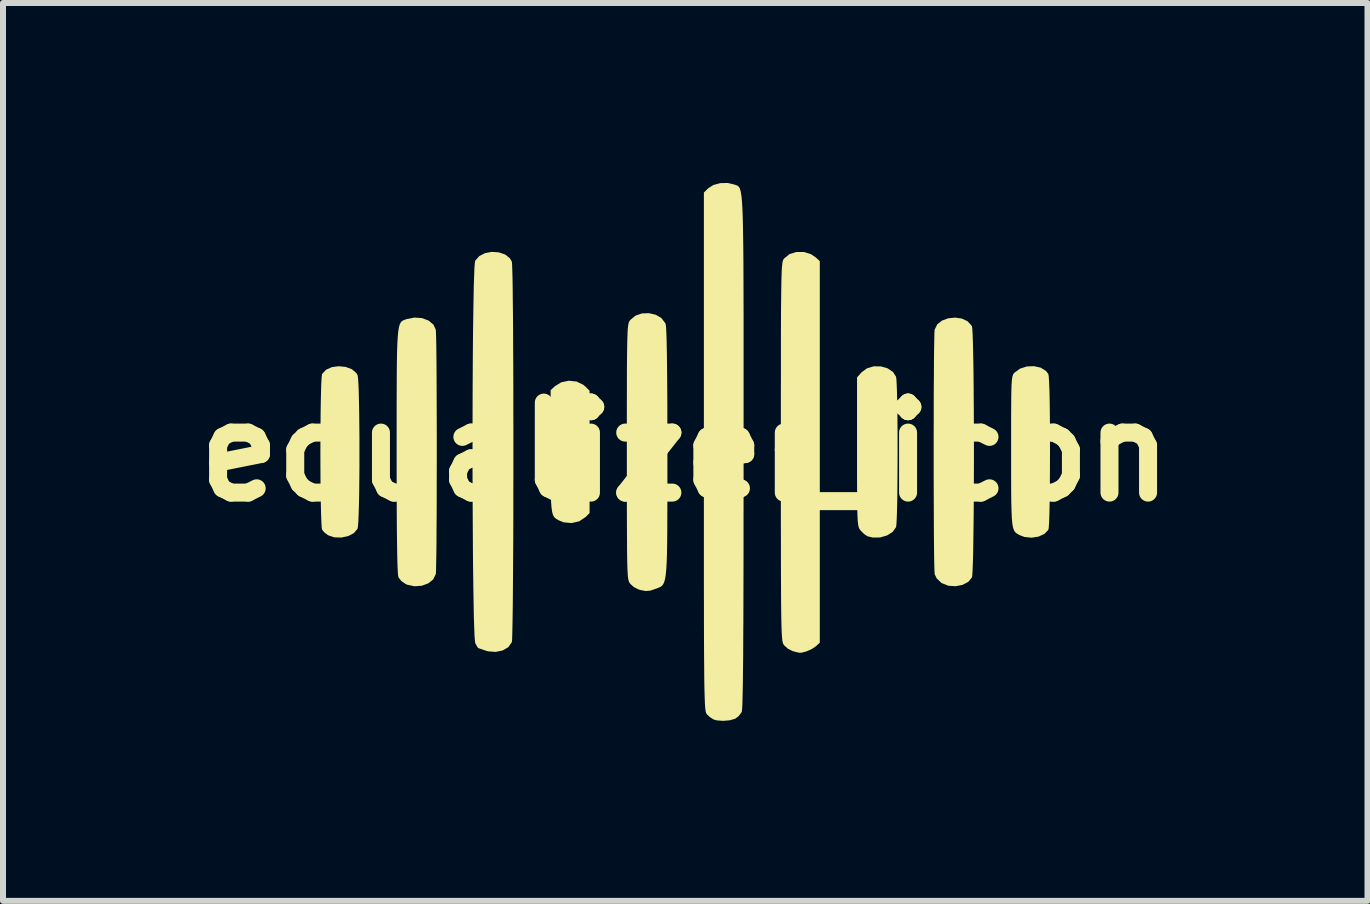
<source format=kicad_pcb>
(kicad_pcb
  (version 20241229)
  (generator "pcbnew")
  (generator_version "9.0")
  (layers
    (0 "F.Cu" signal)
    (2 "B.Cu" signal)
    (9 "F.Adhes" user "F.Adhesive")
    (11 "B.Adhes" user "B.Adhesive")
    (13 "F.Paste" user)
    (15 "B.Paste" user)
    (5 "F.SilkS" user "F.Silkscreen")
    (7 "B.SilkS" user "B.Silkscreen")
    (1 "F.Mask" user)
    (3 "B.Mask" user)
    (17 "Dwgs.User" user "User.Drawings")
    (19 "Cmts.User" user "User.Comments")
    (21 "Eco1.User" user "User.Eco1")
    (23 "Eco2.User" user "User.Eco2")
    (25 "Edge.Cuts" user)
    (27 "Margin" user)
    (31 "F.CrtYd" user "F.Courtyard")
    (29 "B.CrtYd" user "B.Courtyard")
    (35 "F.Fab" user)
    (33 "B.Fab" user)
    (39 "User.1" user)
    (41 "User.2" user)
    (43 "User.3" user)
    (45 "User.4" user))
  (footprint "equalizer_icon"
    (layer "F.Cu")
    (at 8.371 4.482)
    (property "Reference" "equalizer_icon" (at 0 0 0) (layer "F.SilkS") (effects (font (size 1.5 1.5) (thickness 0.3))))
    (attr board_only exclude_from_pos_files exclude_from_bom)
    (fp_poly (pts (xy -1.813 -1.173) (xy -1.701 -1.12) (xy -1.665 -1.09) (xy -1.594 -1.019) (xy -1.594 0) (xy -1.594 1.019) (xy -1.662 1.087) (xy -1.767 1.157) (xy -1.894 1.186) (xy -2.025 1.174) (xy -2.094 1.147) (xy -2.131 1.128) (xy -2.162 1.108) (xy -2.186 1.084) (xy -2.205 1.048) (xy -2.219 0.996) (xy -2.229 0.923) (xy -2.236 0.824) (xy -2.24 0.693) (xy -2.242 0.524) (xy -2.243 0.313) (xy -2.243 0.055) (xy -2.243 -0.006) (xy -2.243 -1.029) (xy -2.172 -1.095) (xy -2.066 -1.16) (xy -1.941 -1.186)) (stroke (width 0) (type solid)) (fill yes) (layer "F.SilkS"))
    (fp_poly (pts (xy 3.26 -1.425) (xy 3.371 -1.394) (xy 3.461 -1.334) (xy 3.513 -1.255) (xy 3.52 -1.211) (xy 3.525 -1.118) (xy 3.53 -0.98) (xy 3.534 -0.8) (xy 3.537 -0.584) (xy 3.539 -0.336) (xy 3.54 -0.06) (xy 3.54 0) (xy 3.539 0.281) (xy 3.537 0.536) (xy 3.535 0.759) (xy 3.531 0.946) (xy 3.526 1.093) (xy 3.521 1.196) (xy 3.515 1.25) (xy 3.513 1.255) (xy 3.457 1.334) (xy 3.363 1.393) (xy 3.248 1.426) (xy 3.127 1.428) (xy 3.037 1.406) (xy 2.98 1.368) (xy 2.923 1.31) (xy 2.922 1.309) (xy 2.908 1.291) (xy 2.897 1.27) (xy 2.888 1.242) (xy 2.881 1.202) (xy 2.875 1.146) (xy 2.871 1.067) (xy 2.868 0.961) (xy 2.866 0.824) (xy 2.865 0.651) (xy 2.864 0.435) (xy 2.864 0.174) (xy 2.864 -0.003) (xy 2.864 -1.242) (xy 2.941 -1.328) (xy 3.031 -1.394) (xy 3.142 -1.426)) (stroke (width 0) (type solid)) (fill yes) (layer "F.SilkS"))
    (fp_poly (pts (xy -5.659 -1.416) (xy -5.556 -1.378) (xy -5.481 -1.313) (xy -5.462 -1.281) (xy -5.454 -1.237) (xy -5.448 -1.146) (xy -5.442 -1.015) (xy -5.438 -0.849) (xy -5.434 -0.658) (xy -5.432 -0.445) (xy -5.43 -0.22) (xy -5.43 0.012) (xy -5.43 0.243) (xy -5.432 0.467) (xy -5.434 0.678) (xy -5.438 0.867) (xy -5.443 1.029) (xy -5.448 1.157) (xy -5.455 1.244) (xy -5.462 1.281) (xy -5.522 1.353) (xy -5.617 1.403) (xy -5.732 1.428) (xy -5.85 1.424) (xy -5.951 1.39) (xy -6.013 1.344) (xy -6.052 1.298) (xy -6.059 1.259) (xy -6.064 1.173) (xy -6.069 1.046) (xy -6.073 0.884) (xy -6.076 0.696) (xy -6.079 0.486) (xy -6.08 0.262) (xy -6.081 0.031) (xy -6.08 -0.201) (xy -6.079 -0.427) (xy -6.077 -0.641) (xy -6.074 -0.836) (xy -6.07 -1.006) (xy -6.066 -1.143) (xy -6.06 -1.241) (xy -6.054 -1.293) (xy -6.052 -1.299) (xy -5.986 -1.37) (xy -5.889 -1.413) (xy -5.775 -1.428)) (stroke (width 0) (type solid)) (fill yes) (layer "F.SilkS"))
    (fp_poly (pts (xy 5.925 -1.404) (xy 6.014 -1.348) (xy 6.052 -1.299) (xy 6.059 -1.257) (xy 6.065 -1.163) (xy 6.071 -1.019) (xy 6.075 -0.825) (xy 6.078 -0.583) (xy 6.079 -0.296) (xy 6.08 0) (xy 6.079 0.328) (xy 6.077 0.611) (xy 6.074 0.847) (xy 6.07 1.036) (xy 6.065 1.176) (xy 6.059 1.264) (xy 6.052 1.299) (xy 5.987 1.367) (xy 5.889 1.412) (xy 5.773 1.43) (xy 5.655 1.418) (xy 5.582 1.391) (xy 5.548 1.373) (xy 5.52 1.356) (xy 5.496 1.334) (xy 5.478 1.303) (xy 5.463 1.258) (xy 5.452 1.194) (xy 5.444 1.107) (xy 5.439 0.993) (xy 5.435 0.845) (xy 5.433 0.66) (xy 5.432 0.432) (xy 5.432 0.158) (xy 5.432 -0.002) (xy 5.432 -0.295) (xy 5.432 -0.539) (xy 5.433 -0.739) (xy 5.434 -0.898) (xy 5.436 -1.024) (xy 5.439 -1.119) (xy 5.444 -1.188) (xy 5.45 -1.238) (xy 5.458 -1.271) (xy 5.467 -1.294) (xy 5.479 -1.311) (xy 5.488 -1.321) (xy 5.581 -1.388) (xy 5.694 -1.424) (xy 5.813 -1.429)) (stroke (width 0) (type solid)) (fill yes) (layer "F.SilkS"))
    (fp_poly (pts (xy 2.095 -3.296) (xy 2.179 -3.239) (xy 2.243 -3.179) (xy 2.243 0) (xy 2.243 3.179) (xy 2.18 3.238) (xy 2.111 3.285) (xy 2.021 3.325) (xy 1.937 3.347) (xy 1.905 3.348) (xy 1.862 3.339) (xy 1.795 3.322) (xy 1.792 3.321) (xy 1.712 3.281) (xy 1.65 3.225) (xy 1.642 3.214) (xy 1.634 3.201) (xy 1.627 3.182) (xy 1.621 3.157) (xy 1.616 3.12) (xy 1.612 3.07) (xy 1.608 3.003) (xy 1.605 2.916) (xy 1.602 2.807) (xy 1.6 2.672) (xy 1.598 2.509) (xy 1.597 2.315) (xy 1.596 2.086) (xy 1.595 1.82) (xy 1.595 1.513) (xy 1.594 1.163) (xy 1.594 0.767) (xy 1.594 0.322) (xy 1.594 0) (xy 1.594 -0.479) (xy 1.594 -0.907) (xy 1.595 -1.287) (xy 1.595 -1.622) (xy 1.595 -1.914) (xy 1.596 -2.168) (xy 1.597 -2.385) (xy 1.599 -2.568) (xy 1.601 -2.721) (xy 1.603 -2.847) (xy 1.606 -2.948) (xy 1.609 -3.028) (xy 1.613 -3.089) (xy 1.618 -3.134) (xy 1.623 -3.167) (xy 1.629 -3.189) (xy 1.636 -3.205) (xy 1.644 -3.218) (xy 1.65 -3.225) (xy 1.738 -3.296) (xy 1.851 -3.332) (xy 1.976 -3.332)) (stroke (width 0) (type solid)) (fill yes) (layer "F.SilkS"))
    (fp_poly (pts (xy 4.608 -2.223) (xy 4.704 -2.179) (xy 4.771 -2.107) (xy 4.779 -2.092) (xy 4.785 -2.052) (xy 4.79 -1.963) (xy 4.795 -1.83) (xy 4.799 -1.659) (xy 4.803 -1.455) (xy 4.806 -1.223) (xy 4.808 -0.968) (xy 4.81 -0.695) (xy 4.811 -0.41) (xy 4.812 -0.117) (xy 4.812 0.177) (xy 4.811 0.469) (xy 4.81 0.752) (xy 4.808 1.021) (xy 4.805 1.272) (xy 4.802 1.499) (xy 4.799 1.697) (xy 4.794 1.86) (xy 4.789 1.985) (xy 4.784 2.064) (xy 4.779 2.092) (xy 4.717 2.167) (xy 4.621 2.217) (xy 4.506 2.239) (xy 4.387 2.231) (xy 4.278 2.188) (xy 4.267 2.181) (xy 4.192 2.11) (xy 4.158 2.039) (xy 4.155 1.998) (xy 4.152 1.907) (xy 4.149 1.774) (xy 4.147 1.602) (xy 4.145 1.397) (xy 4.144 1.165) (xy 4.143 0.91) (xy 4.142 0.638) (xy 4.141 0.355) (xy 4.141 0.065) (xy 4.141 -0.226) (xy 4.142 -0.513) (xy 4.142 -0.791) (xy 4.143 -1.054) (xy 4.145 -1.297) (xy 4.146 -1.515) (xy 4.148 -1.702) (xy 4.151 -1.853) (xy 4.153 -1.963) (xy 4.156 -2.027) (xy 4.158 -2.039) (xy 4.201 -2.126) (xy 4.281 -2.189) (xy 4.384 -2.227) (xy 4.497 -2.238)) (stroke (width 0) (type solid)) (fill yes) (layer "F.SilkS"))
    (fp_poly (pts (xy -4.387 -2.23) (xy -4.278 -2.189) (xy -4.197 -2.122) (xy -4.158 -2.039) (xy -4.155 -1.998) (xy -4.152 -1.907) (xy -4.149 -1.774) (xy -4.147 -1.602) (xy -4.145 -1.397) (xy -4.144 -1.165) (xy -4.143 -0.91) (xy -4.142 -0.638) (xy -4.141 -0.355) (xy -4.141 -0.065) (xy -4.141 0.226) (xy -4.142 0.513) (xy -4.142 0.791) (xy -4.143 1.054) (xy -4.145 1.297) (xy -4.146 1.515) (xy -4.148 1.702) (xy -4.151 1.853) (xy -4.153 1.963) (xy -4.156 2.027) (xy -4.158 2.039) (xy -4.202 2.127) (xy -4.284 2.192) (xy -4.392 2.231) (xy -4.512 2.24) (xy -4.633 2.214) (xy -4.664 2.2) (xy -4.732 2.152) (xy -4.779 2.092) (xy -4.779 2.091) (xy -4.786 2.059) (xy -4.791 1.99) (xy -4.796 1.883) (xy -4.8 1.736) (xy -4.803 1.546) (xy -4.806 1.312) (xy -4.808 1.031) (xy -4.809 0.702) (xy -4.81 0.322) (xy -4.81 -0.003) (xy -4.81 -0.394) (xy -4.81 -0.735) (xy -4.809 -1.029) (xy -4.808 -1.28) (xy -4.806 -1.491) (xy -4.803 -1.665) (xy -4.798 -1.808) (xy -4.791 -1.921) (xy -4.783 -2.009) (xy -4.772 -2.075) (xy -4.759 -2.123) (xy -4.743 -2.156) (xy -4.724 -2.178) (xy -4.701 -2.192) (xy -4.675 -2.202) (xy -4.645 -2.213) (xy -4.644 -2.213) (xy -4.513 -2.239)) (stroke (width 0) (type solid)) (fill yes) (layer "F.SilkS"))
    (fp_poly (pts (xy -3.108 -3.326) (xy -3.003 -3.291) (xy -2.923 -3.228) (xy -2.89 -3.172) (xy -2.886 -3.135) (xy -2.883 -3.048) (xy -2.879 -2.916) (xy -2.876 -2.741) (xy -2.874 -2.53) (xy -2.871 -2.285) (xy -2.869 -2.012) (xy -2.868 -1.713) (xy -2.866 -1.394) (xy -2.865 -1.058) (xy -2.865 -0.709) (xy -2.864 -0.353) (xy -2.864 0.008) (xy -2.864 0.368) (xy -2.865 0.725) (xy -2.865 1.073) (xy -2.866 1.408) (xy -2.868 1.726) (xy -2.87 2.024) (xy -2.872 2.297) (xy -2.874 2.54) (xy -2.877 2.75) (xy -2.88 2.922) (xy -2.883 3.053) (xy -2.886 3.138) (xy -2.89 3.172) (xy -2.948 3.254) (xy -3.042 3.309) (xy -3.159 3.334) (xy -3.286 3.324) (xy -3.337 3.309) (xy -3.405 3.285) (xy -3.446 3.271) (xy -3.451 3.27) (xy -3.466 3.248) (xy -3.495 3.197) (xy -3.499 3.19) (xy -3.505 3.15) (xy -3.512 3.06) (xy -3.517 2.925) (xy -3.523 2.748) (xy -3.527 2.533) (xy -3.531 2.286) (xy -3.535 2.009) (xy -3.538 1.708) (xy -3.54 1.386) (xy -3.542 1.048) (xy -3.544 0.698) (xy -3.545 0.339) (xy -3.545 -0.023) (xy -3.545 -0.386) (xy -3.544 -0.743) (xy -3.543 -1.092) (xy -3.541 -1.429) (xy -3.539 -1.748) (xy -3.536 -2.046) (xy -3.532 -2.318) (xy -3.528 -2.561) (xy -3.524 -2.771) (xy -3.518 -2.942) (xy -3.513 -3.072) (xy -3.506 -3.155) (xy -3.501 -3.186) (xy -3.433 -3.264) (xy -3.337 -3.313) (xy -3.224 -3.334)) (stroke (width 0) (type solid)) (fill yes) (layer "F.SilkS"))
    (fp_poly (pts (xy -0.492 -2.286) (xy -0.396 -2.23) (xy -0.333 -2.146) (xy -0.326 -2.129) (xy -0.32 -2.086) (xy -0.315 -1.994) (xy -0.31 -1.852) (xy -0.306 -1.661) (xy -0.303 -1.419) (xy -0.3 -1.126) (xy -0.298 -0.781) (xy -0.298 -0.382) (xy -0.297 0.005) (xy -0.297 0.401) (xy -0.297 0.746) (xy -0.298 1.045) (xy -0.299 1.3) (xy -0.301 1.515) (xy -0.304 1.694) (xy -0.309 1.841) (xy -0.316 1.958) (xy -0.325 2.05) (xy -0.336 2.119) (xy -0.351 2.171) (xy -0.368 2.207) (xy -0.388 2.232) (xy -0.412 2.249) (xy -0.44 2.262) (xy -0.472 2.275) (xy -0.484 2.279) (xy -0.579 2.312) (xy -0.657 2.319) (xy -0.747 2.302) (xy -0.775 2.294) (xy -0.855 2.254) (xy -0.917 2.198) (xy -0.927 2.184) (xy -0.936 2.168) (xy -0.944 2.146) (xy -0.95 2.115) (xy -0.956 2.07) (xy -0.96 2.008) (xy -0.964 1.926) (xy -0.967 1.819) (xy -0.969 1.685) (xy -0.97 1.519) (xy -0.971 1.318) (xy -0.972 1.079) (xy -0.973 0.797) (xy -0.973 0.47) (xy -0.973 0.093) (xy -0.973 0) (xy -0.973 -0.389) (xy -0.973 -0.728) (xy -0.972 -1.019) (xy -0.972 -1.268) (xy -0.971 -1.477) (xy -0.969 -1.65) (xy -0.967 -1.791) (xy -0.964 -1.904) (xy -0.961 -1.991) (xy -0.957 -2.057) (xy -0.951 -2.106) (xy -0.945 -2.14) (xy -0.938 -2.164) (xy -0.929 -2.181) (xy -0.919 -2.195) (xy -0.917 -2.198) (xy -0.831 -2.27) (xy -0.722 -2.308) (xy -0.605 -2.312)) (stroke (width 0) (type solid)) (fill yes) (layer "F.SilkS"))
    (fp_poly (pts (xy 0.812 -4.458) (xy 0.833 -4.451) (xy 0.852 -4.445) (xy 0.869 -4.438) (xy 0.884 -4.428) (xy 0.898 -4.412) (xy 0.911 -4.387) (xy 0.922 -4.352) (xy 0.931 -4.304) (xy 0.94 -4.24) (xy 0.947 -4.157) (xy 0.953 -4.054) (xy 0.958 -3.928) (xy 0.962 -3.777) (xy 0.965 -3.597) (xy 0.968 -3.387) (xy 0.97 -3.143) (xy 0.971 -2.865) (xy 0.972 -2.548) (xy 0.973 -2.191) (xy 0.973 -1.791) (xy 0.973 -1.346) (xy 0.973 -0.853) (xy 0.973 -0.309) (xy 0.973 -0.003) (xy 0.973 0.592) (xy 0.972 1.135) (xy 0.972 1.628) (xy 0.971 2.072) (xy 0.97 2.47) (xy 0.969 2.824) (xy 0.967 3.135) (xy 0.966 3.406) (xy 0.963 3.638) (xy 0.961 3.833) (xy 0.958 3.993) (xy 0.955 4.12) (xy 0.952 4.217) (xy 0.948 4.284) (xy 0.944 4.325) (xy 0.94 4.338) (xy 0.892 4.403) (xy 0.834 4.447) (xy 0.746 4.473) (xy 0.634 4.483) (xy 0.526 4.475) (xy 0.473 4.46) (xy 0.414 4.423) (xy 0.365 4.378) (xy 0.358 4.369) (xy 0.351 4.359) (xy 0.345 4.343) (xy 0.34 4.32) (xy 0.336 4.288) (xy 0.331 4.243) (xy 0.328 4.184) (xy 0.325 4.107) (xy 0.322 4.011) (xy 0.319 3.892) (xy 0.317 3.748) (xy 0.316 3.578) (xy 0.314 3.377) (xy 0.313 3.144) (xy 0.312 2.877) (xy 0.312 2.572) (xy 0.311 2.228) (xy 0.311 1.841) (xy 0.311 1.409) (xy 0.311 0.93) (xy 0.311 0.402) (xy 0.311 -0.002) (xy 0.311 -4.322) (xy 0.383 -4.394) (xy 0.47 -4.449) (xy 0.586 -4.48) (xy 0.71 -4.482)) (stroke (width 0) (type solid)) (fill yes) (layer "F.SilkS")))
  (gr_rect
    (start -3 -3)
    (end 19.743 11.965)
    (stroke (width 0.1) (type default))
    (fill no)
    (layer "Edge.Cuts")))
</source>
